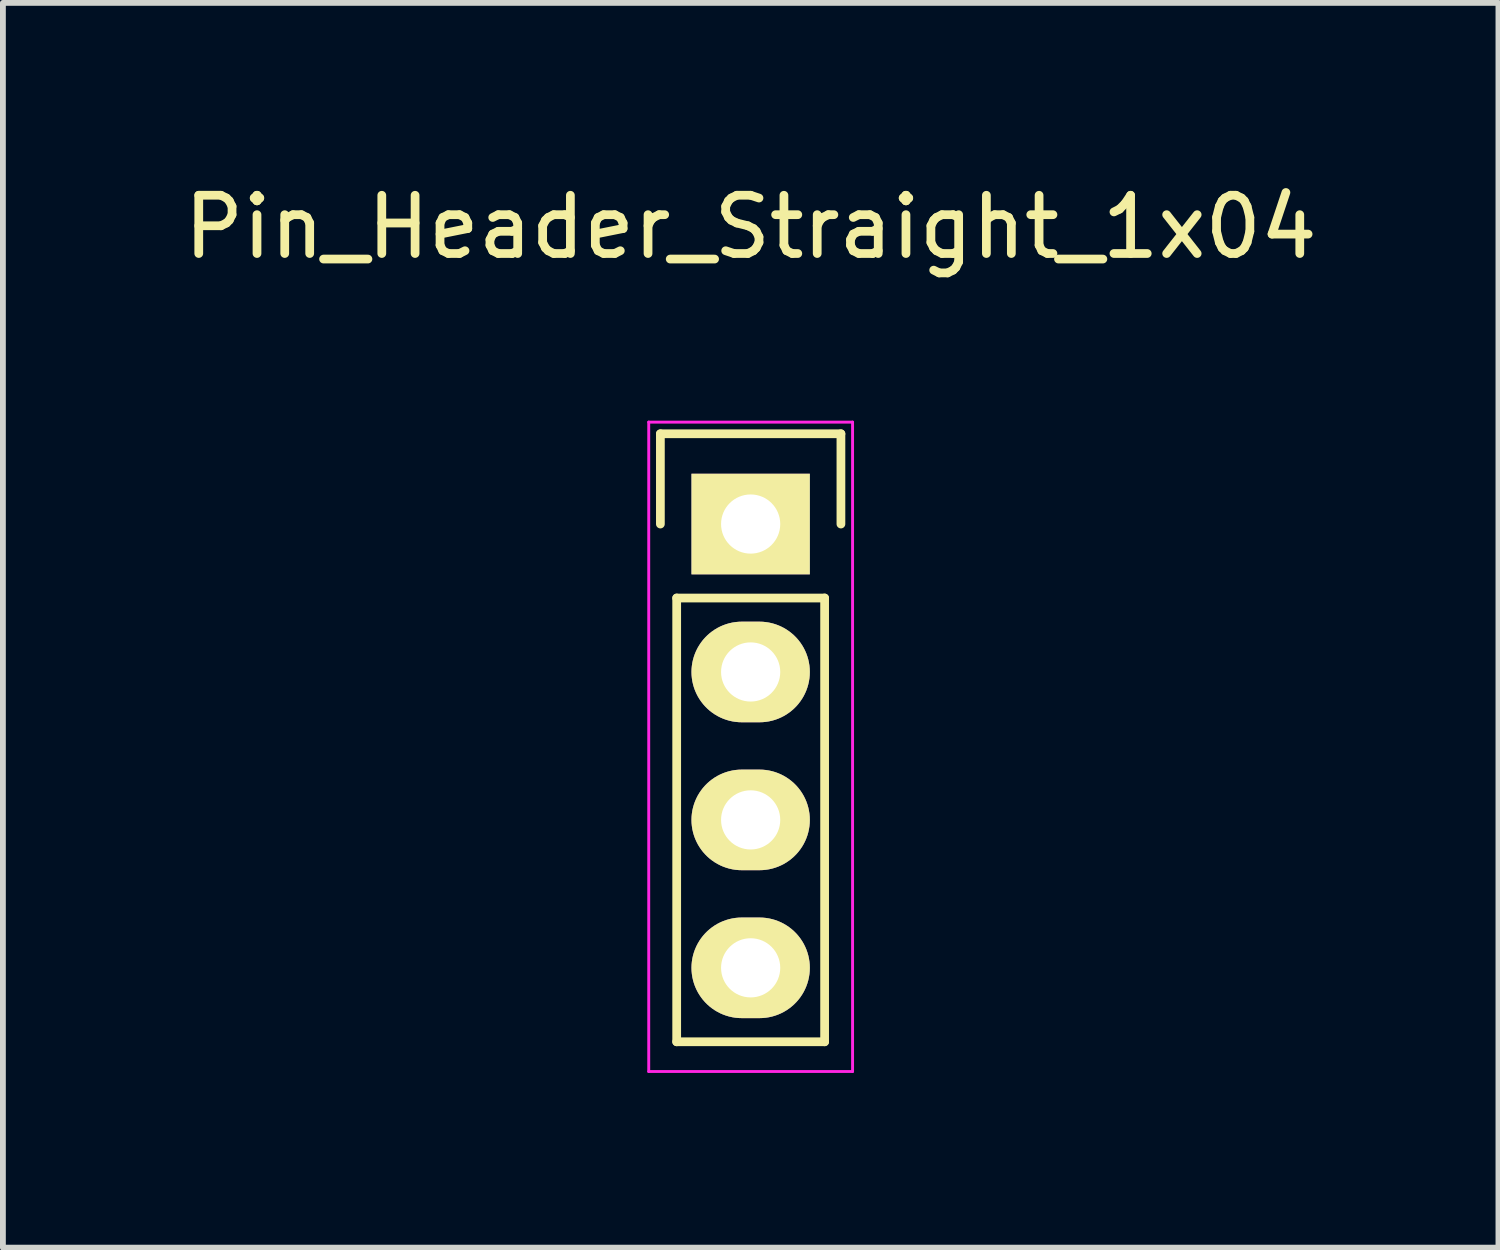
<source format=kicad_pcb>
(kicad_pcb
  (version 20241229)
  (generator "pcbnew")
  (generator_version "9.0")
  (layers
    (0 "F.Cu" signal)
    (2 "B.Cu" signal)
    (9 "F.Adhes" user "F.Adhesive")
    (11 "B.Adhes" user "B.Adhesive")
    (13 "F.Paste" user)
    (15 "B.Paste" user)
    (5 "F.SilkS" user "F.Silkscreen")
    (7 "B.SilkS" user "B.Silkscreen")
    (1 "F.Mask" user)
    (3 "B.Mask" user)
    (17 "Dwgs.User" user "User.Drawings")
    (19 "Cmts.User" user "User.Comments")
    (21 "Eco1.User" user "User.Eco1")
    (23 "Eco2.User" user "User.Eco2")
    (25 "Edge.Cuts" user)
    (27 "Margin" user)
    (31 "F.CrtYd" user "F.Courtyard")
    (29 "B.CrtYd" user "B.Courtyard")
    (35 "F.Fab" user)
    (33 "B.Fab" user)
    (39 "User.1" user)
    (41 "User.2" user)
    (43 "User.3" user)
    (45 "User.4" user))
  (footprint "Pin_Header_Straight_1x04"
    (layer "F.Cu")
    (at 9.839 5.948)
    (property "Reference" "Pin_Header_Straight_1x04" (at 0 -5.1 0) (layer "F.SilkS") (effects (font (size 1 1) (thickness 0.15))))
    (attr through_hole)
    (fp_line (start -1.55 -1.55) (end 1.55 -1.55) (stroke (width 0.15) (type solid)) (layer "F.SilkS"))
    (fp_line (start -1.55 0) (end -1.55 -1.55) (stroke (width 0.15) (type solid)) (layer "F.SilkS"))
    (fp_line (start -1.27 1.27) (end -1.27 8.89) (stroke (width 0.15) (type solid)) (layer "F.SilkS"))
    (fp_line (start -1.27 8.89) (end 1.27 8.89) (stroke (width 0.15) (type solid)) (layer "F.SilkS"))
    (fp_line (start 1.27 1.27) (end -1.27 1.27) (stroke (width 0.15) (type solid)) (layer "F.SilkS"))
    (fp_line (start 1.27 1.27) (end 1.27 8.89) (stroke (width 0.15) (type solid)) (layer "F.SilkS"))
    (fp_line (start 1.55 -1.55) (end 1.55 0) (stroke (width 0.15) (type solid)) (layer "F.SilkS"))
    (fp_line (start -1.75 -1.75) (end -1.75 9.4) (stroke (width 0.05) (type solid)) (layer "F.CrtYd"))
    (fp_line (start -1.75 -1.75) (end 1.75 -1.75) (stroke (width 0.05) (type solid)) (layer "F.CrtYd"))
    (fp_line (start -1.75 9.4) (end 1.75 9.4) (stroke (width 0.05) (type solid)) (layer "F.CrtYd"))
    (fp_line (start 1.75 -1.75) (end 1.75 9.4) (stroke (width 0.05) (type solid)) (layer "F.CrtYd"))
    (pad "1" thru_hole rect (at 0 0) (size 2.032 1.727) (drill 1.016) (layers "*.Cu" "*.Mask" "F.SilkS"))
    (pad "2" thru_hole oval (at 0 2.54) (size 2.032 1.727) (drill 1.016) (layers "*.Cu" "*.Mask" "F.SilkS"))
    (pad "3" thru_hole oval (at 0 5.08) (size 2.032 1.727) (drill 1.016) (layers "*.Cu" "*.Mask" "F.SilkS"))
    (pad "4" thru_hole oval (at 0 7.62) (size 2.032 1.727) (drill 1.016) (layers "*.Cu" "*.Mask" "F.SilkS")))
  (gr_rect
    (start -3 -3)
    (end 22.679 18.373)
    (stroke (width 0.1) (type default))
    (fill no)
    (layer "Edge.Cuts")))
</source>
